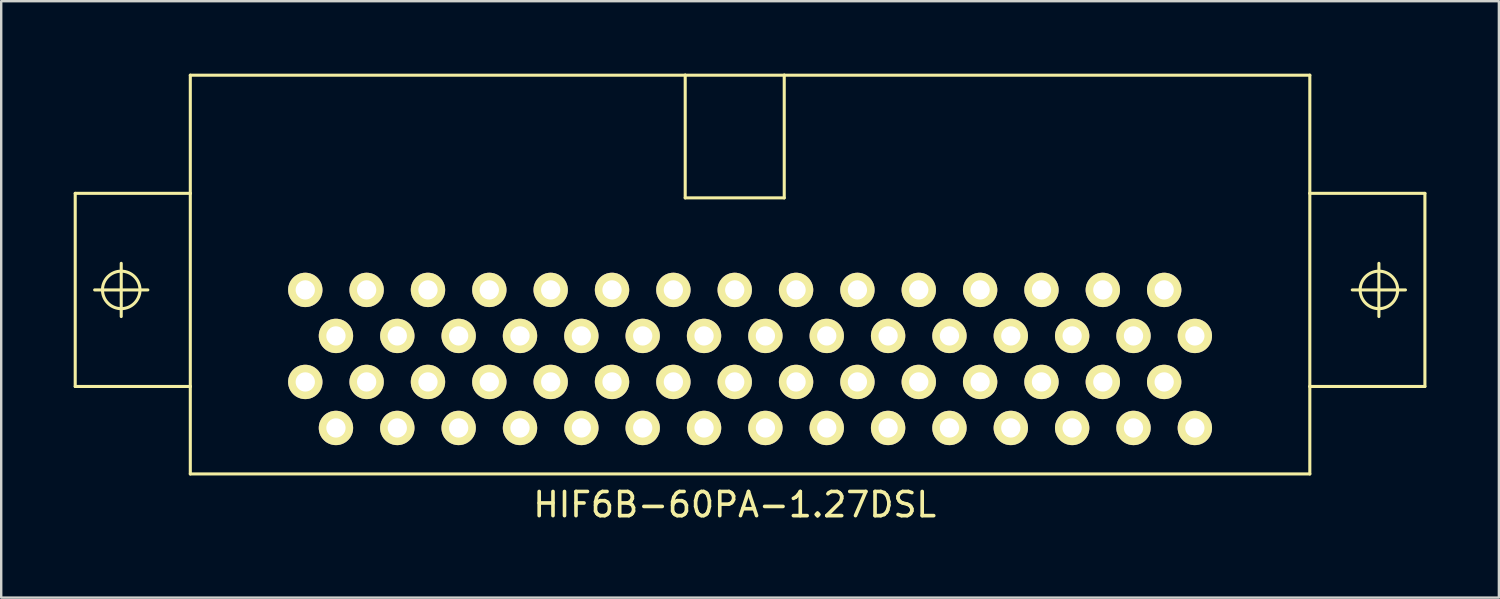
<source format=kicad_pcb>
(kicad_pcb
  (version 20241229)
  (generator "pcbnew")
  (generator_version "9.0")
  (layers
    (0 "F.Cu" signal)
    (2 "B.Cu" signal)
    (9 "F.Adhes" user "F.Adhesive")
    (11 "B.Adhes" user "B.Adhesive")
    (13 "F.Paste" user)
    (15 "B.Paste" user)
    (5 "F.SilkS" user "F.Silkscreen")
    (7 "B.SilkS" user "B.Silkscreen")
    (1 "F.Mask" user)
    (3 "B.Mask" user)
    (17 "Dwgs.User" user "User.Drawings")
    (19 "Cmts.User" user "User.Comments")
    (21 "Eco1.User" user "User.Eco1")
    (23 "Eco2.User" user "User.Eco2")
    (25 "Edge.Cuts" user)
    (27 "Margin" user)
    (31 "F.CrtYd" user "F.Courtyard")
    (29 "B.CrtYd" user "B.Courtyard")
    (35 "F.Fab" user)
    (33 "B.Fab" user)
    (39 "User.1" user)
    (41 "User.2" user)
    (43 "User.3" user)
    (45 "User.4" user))
  (footprint "HIF6B-60PA-1.27DSL"
    (layer "F.Cu")
    (at 27.369 11.493)
    (property "Reference" "HIF6B-60PA-1.27DSL" (at 0 6.35 0) (layer "F.SilkS") (effects (font (size 1 1) (thickness 0.15))))
    (attr exclude_from_pos_files exclude_from_bom)
    (fp_line (start -27.305 -6.538) (end -22.54 -6.538) (stroke (width 0.127) (type solid)) (layer "F.SilkS"))
    (fp_line (start -27.305 1.458) (end -27.305 -6.538) (stroke (width 0.127) (type solid)) (layer "F.SilkS"))
    (fp_line (start -26.5 -2.54) (end -24.298 -2.54) (stroke (width 0.127) (type solid)) (layer "F.SilkS"))
    (fp_line (start -25.4 -1.438) (end -25.4 -3.64) (stroke (width 0.127) (type solid)) (layer "F.SilkS"))
    (fp_line (start -22.54 -11.43) (end -22.54 -6.538) (stroke (width 0.127) (type solid)) (layer "F.SilkS"))
    (fp_line (start -22.54 -6.538) (end -22.54 1.458) (stroke (width 0.127) (type solid)) (layer "F.SilkS"))
    (fp_line (start -22.54 1.458) (end -27.305 1.458) (stroke (width 0.127) (type solid)) (layer "F.SilkS"))
    (fp_line (start -22.54 1.458) (end -22.54 5.08) (stroke (width 0.127) (type solid)) (layer "F.SilkS"))
    (fp_line (start -22.54 5.08) (end 23.81 5.08) (stroke (width 0.127) (type solid)) (layer "F.SilkS"))
    (fp_line (start -2.05 -11.43) (end -22.54 -11.43) (stroke (width 0.127) (type solid)) (layer "F.SilkS"))
    (fp_line (start -2.05 -11.43) (end -2.05 -6.35) (stroke (width 0.127) (type solid)) (layer "F.SilkS"))
    (fp_line (start -2.05 -6.35) (end 2.05 -6.35) (stroke (width 0.127) (type solid)) (layer "F.SilkS"))
    (fp_line (start 2.05 -11.43) (end -2.05 -11.43) (stroke (width 0.127) (type solid)) (layer "F.SilkS"))
    (fp_line (start 2.05 -6.35) (end 2.05 -11.43) (stroke (width 0.127) (type solid)) (layer "F.SilkS"))
    (fp_line (start 23.81 -11.43) (end 2.05 -11.43) (stroke (width 0.127) (type solid)) (layer "F.SilkS"))
    (fp_line (start 23.81 -6.538) (end 23.81 -11.43) (stroke (width 0.127) (type solid)) (layer "F.SilkS"))
    (fp_line (start 23.81 -6.538) (end 28.575 -6.538) (stroke (width 0.127) (type solid)) (layer "F.SilkS"))
    (fp_line (start 23.81 1.458) (end 23.81 -6.538) (stroke (width 0.127) (type solid)) (layer "F.SilkS"))
    (fp_line (start 23.81 5.08) (end 23.81 1.458) (stroke (width 0.127) (type solid)) (layer "F.SilkS"))
    (fp_line (start 25.568 -2.54) (end 27.77 -2.54) (stroke (width 0.127) (type solid)) (layer "F.SilkS"))
    (fp_line (start 26.67 -1.438) (end 26.67 -3.64) (stroke (width 0.127) (type solid)) (layer "F.SilkS"))
    (fp_line (start 28.575 -6.538) (end 28.575 1.458) (stroke (width 0.127) (type solid)) (layer "F.SilkS"))
    (fp_line (start 28.575 1.458) (end 23.81 1.458) (stroke (width 0.127) (type solid)) (layer "F.SilkS"))
    (fp_circle (center -25.4 -2.54) (end -25.949 -3.089) (stroke (width 0.127) (type solid)) (fill no) (layer "F.SilkS"))
    (fp_circle (center 26.67 -2.54) (end 27.219 -3.089) (stroke (width 0.127) (type solid)) (fill no) (layer "F.SilkS"))
    (pad "1" thru_hole circle (at 19.05 3.175) (size 1.422 1.422) (drill 0.798) (layers "*.Cu" "F.Mask" "F.SilkS" "F.Paste"))
    (pad "2" thru_hole circle (at 17.78 1.27) (size 1.422 1.422) (drill 0.798) (layers "*.Cu" "F.Mask" "F.SilkS" "F.Paste"))
    (pad "3" thru_hole circle (at 16.51 3.175) (size 1.422 1.422) (drill 0.798) (layers "*.Cu" "F.Mask" "F.SilkS" "F.Paste"))
    (pad "4" thru_hole circle (at 15.24 1.27) (size 1.422 1.422) (drill 0.798) (layers "*.Cu" "F.Mask" "F.SilkS" "F.Paste"))
    (pad "5" thru_hole circle (at 13.97 3.175) (size 1.422 1.422) (drill 0.798) (layers "*.Cu" "F.Mask" "F.SilkS" "F.Paste"))
    (pad "6" thru_hole circle (at 12.7 1.27) (size 1.422 1.422) (drill 0.798) (layers "*.Cu" "F.Mask" "F.SilkS" "F.Paste"))
    (pad "7" thru_hole circle (at 11.43 3.175) (size 1.422 1.422) (drill 0.798) (layers "*.Cu" "F.Mask" "F.SilkS" "F.Paste"))
    (pad "8" thru_hole circle (at 10.16 1.27) (size 1.422 1.422) (drill 0.798) (layers "*.Cu" "F.Mask" "F.SilkS" "F.Paste"))
    (pad "9" thru_hole circle (at 8.89 3.175) (size 1.422 1.422) (drill 0.798) (layers "*.Cu" "F.Mask" "F.SilkS" "F.Paste"))
    (pad "10" thru_hole circle (at 7.62 1.27) (size 1.422 1.422) (drill 0.798) (layers "*.Cu" "F.Mask" "F.SilkS" "F.Paste"))
    (pad "11" thru_hole circle (at 6.35 3.175) (size 1.422 1.422) (drill 0.798) (layers "*.Cu" "F.Mask" "F.SilkS" "F.Paste"))
    (pad "12" thru_hole circle (at 5.08 1.27) (size 1.422 1.422) (drill 0.798) (layers "*.Cu" "F.Mask" "F.SilkS" "F.Paste"))
    (pad "13" thru_hole circle (at 3.81 3.175) (size 1.422 1.422) (drill 0.798) (layers "*.Cu" "F.Mask" "F.SilkS" "F.Paste"))
    (pad "14" thru_hole circle (at 2.54 1.27) (size 1.422 1.422) (drill 0.798) (layers "*.Cu" "F.Mask" "F.SilkS" "F.Paste"))
    (pad "15" thru_hole circle (at 1.27 3.175) (size 1.422 1.422) (drill 0.798) (layers "*.Cu" "F.Mask" "F.SilkS" "F.Paste"))
    (pad "16" thru_hole circle (at 0 1.27) (size 1.422 1.422) (drill 0.798) (layers "*.Cu" "F.Mask" "F.SilkS" "F.Paste"))
    (pad "17" thru_hole circle (at -1.27 3.175) (size 1.422 1.422) (drill 0.798) (layers "*.Cu" "F.Mask" "F.SilkS" "F.Paste"))
    (pad "18" thru_hole circle (at -2.54 1.27) (size 1.422 1.422) (drill 0.798) (layers "*.Cu" "F.Mask" "F.SilkS" "F.Paste"))
    (pad "19" thru_hole circle (at -3.81 3.175) (size 1.422 1.422) (drill 0.798) (layers "*.Cu" "F.Mask" "F.SilkS" "F.Paste"))
    (pad "20" thru_hole circle (at -5.08 1.27) (size 1.422 1.422) (drill 0.798) (layers "*.Cu" "F.Mask" "F.SilkS" "F.Paste"))
    (pad "21" thru_hole circle (at -6.35 3.175) (size 1.422 1.422) (drill 0.798) (layers "*.Cu" "F.Mask" "F.SilkS" "F.Paste"))
    (pad "22" thru_hole circle (at -7.62 1.27) (size 1.422 1.422) (drill 0.798) (layers "*.Cu" "F.Mask" "F.SilkS" "F.Paste"))
    (pad "23" thru_hole circle (at -8.89 3.175) (size 1.422 1.422) (drill 0.798) (layers "*.Cu" "F.Mask" "F.SilkS" "F.Paste"))
    (pad "24" thru_hole circle (at -10.16 1.27) (size 1.422 1.422) (drill 0.798) (layers "*.Cu" "F.Mask" "F.SilkS" "F.Paste"))
    (pad "25" thru_hole circle (at -11.43 3.175) (size 1.422 1.422) (drill 0.798) (layers "*.Cu" "F.Mask" "F.SilkS" "F.Paste"))
    (pad "26" thru_hole circle (at -12.7 1.27) (size 1.422 1.422) (drill 0.798) (layers "*.Cu" "F.Mask" "F.SilkS" "F.Paste"))
    (pad "27" thru_hole circle (at -13.97 3.175) (size 1.422 1.422) (drill 0.798) (layers "*.Cu" "F.Mask" "F.SilkS" "F.Paste"))
    (pad "28" thru_hole circle (at -15.24 1.27) (size 1.422 1.422) (drill 0.798) (layers "*.Cu" "F.Mask" "F.SilkS" "F.Paste"))
    (pad "29" thru_hole circle (at -16.51 3.175) (size 1.422 1.422) (drill 0.798) (layers "*.Cu" "F.Mask" "F.SilkS" "F.Paste"))
    (pad "30" thru_hole circle (at -17.78 1.27) (size 1.422 1.422) (drill 0.798) (layers "*.Cu" "F.Mask" "F.SilkS" "F.Paste"))
    (pad "31" thru_hole circle (at 19.05 -0.635) (size 1.422 1.422) (drill 0.798) (layers "*.Cu" "F.Mask" "F.SilkS" "F.Paste"))
    (pad "32" thru_hole circle (at 17.78 -2.54) (size 1.422 1.422) (drill 0.798) (layers "*.Cu" "F.Mask" "F.SilkS" "F.Paste"))
    (pad "33" thru_hole circle (at 16.51 -0.635) (size 1.422 1.422) (drill 0.798) (layers "*.Cu" "F.Mask" "F.SilkS" "F.Paste"))
    (pad "34" thru_hole circle (at 15.24 -2.54) (size 1.422 1.422) (drill 0.798) (layers "*.Cu" "F.Mask" "F.SilkS" "F.Paste"))
    (pad "35" thru_hole circle (at 13.97 -0.635) (size 1.422 1.422) (drill 0.798) (layers "*.Cu" "F.Mask" "F.SilkS" "F.Paste"))
    (pad "36" thru_hole circle (at 12.7 -2.54) (size 1.422 1.422) (drill 0.798) (layers "*.Cu" "F.Mask" "F.SilkS" "F.Paste"))
    (pad "37" thru_hole circle (at 11.43 -0.635) (size 1.422 1.422) (drill 0.798) (layers "*.Cu" "F.Mask" "F.SilkS" "F.Paste"))
    (pad "38" thru_hole circle (at 10.16 -2.54) (size 1.422 1.422) (drill 0.798) (layers "*.Cu" "F.Mask" "F.SilkS" "F.Paste"))
    (pad "39" thru_hole circle (at 8.89 -0.635) (size 1.422 1.422) (drill 0.798) (layers "*.Cu" "F.Mask" "F.SilkS" "F.Paste"))
    (pad "40" thru_hole circle (at 7.62 -2.54) (size 1.422 1.422) (drill 0.798) (layers "*.Cu" "F.Mask" "F.SilkS" "F.Paste"))
    (pad "41" thru_hole circle (at 6.35 -0.635) (size 1.422 1.422) (drill 0.798) (layers "*.Cu" "F.Mask" "F.SilkS" "F.Paste"))
    (pad "42" thru_hole circle (at 5.08 -2.54) (size 1.422 1.422) (drill 0.798) (layers "*.Cu" "F.Mask" "F.SilkS" "F.Paste"))
    (pad "43" thru_hole circle (at 3.81 -0.635) (size 1.422 1.422) (drill 0.798) (layers "*.Cu" "F.Mask" "F.SilkS" "F.Paste"))
    (pad "44" thru_hole circle (at 2.54 -2.54) (size 1.422 1.422) (drill 0.798) (layers "*.Cu" "F.Mask" "F.SilkS" "F.Paste"))
    (pad "45" thru_hole circle (at 1.27 -0.635) (size 1.422 1.422) (drill 0.798) (layers "*.Cu" "F.Mask" "F.SilkS" "F.Paste"))
    (pad "46" thru_hole circle (at 0 -2.54) (size 1.422 1.422) (drill 0.798) (layers "*.Cu" "F.Mask" "F.SilkS" "F.Paste"))
    (pad "47" thru_hole circle (at -1.27 -0.635) (size 1.422 1.422) (drill 0.798) (layers "*.Cu" "F.Mask" "F.SilkS" "F.Paste"))
    (pad "48" thru_hole circle (at -2.54 -2.54) (size 1.422 1.422) (drill 0.798) (layers "*.Cu" "F.Mask" "F.SilkS" "F.Paste"))
    (pad "49" thru_hole circle (at -3.81 -0.635) (size 1.422 1.422) (drill 0.798) (layers "*.Cu" "F.Mask" "F.SilkS" "F.Paste"))
    (pad "50" thru_hole circle (at -5.08 -2.54) (size 1.422 1.422) (drill 0.798) (layers "*.Cu" "F.Mask" "F.SilkS" "F.Paste"))
    (pad "51" thru_hole circle (at -6.35 -0.635) (size 1.422 1.422) (drill 0.798) (layers "*.Cu" "F.Mask" "F.SilkS" "F.Paste"))
    (pad "52" thru_hole circle (at -7.62 -2.54) (size 1.422 1.422) (drill 0.798) (layers "*.Cu" "F.Mask" "F.SilkS" "F.Paste"))
    (pad "53" thru_hole circle (at -8.89 -0.635) (size 1.422 1.422) (drill 0.798) (layers "*.Cu" "F.Mask" "F.SilkS" "F.Paste"))
    (pad "54" thru_hole circle (at -10.16 -2.54) (size 1.422 1.422) (drill 0.798) (layers "*.Cu" "F.Mask" "F.SilkS" "F.Paste"))
    (pad "55" thru_hole circle (at -11.43 -0.635) (size 1.422 1.422) (drill 0.798) (layers "*.Cu" "F.Mask" "F.SilkS" "F.Paste"))
    (pad "56" thru_hole circle (at -12.7 -2.54) (size 1.422 1.422) (drill 0.798) (layers "*.Cu" "F.Mask" "F.SilkS" "F.Paste"))
    (pad "57" thru_hole circle (at -13.97 -0.635) (size 1.422 1.422) (drill 0.798) (layers "*.Cu" "F.Mask" "F.SilkS" "F.Paste"))
    (pad "58" thru_hole circle (at -15.24 -2.54) (size 1.422 1.422) (drill 0.798) (layers "*.Cu" "F.Mask" "F.SilkS" "F.Paste"))
    (pad "59" thru_hole circle (at -16.51 -0.635) (size 1.422 1.422) (drill 0.798) (layers "*.Cu" "F.Mask" "F.SilkS" "F.Paste"))
    (pad "60" thru_hole circle (at -17.78 -2.54) (size 1.422 1.422) (drill 0.798) (layers "*.Cu" "F.Mask" "F.SilkS" "F.Paste")))
  (gr_rect
    (start -3 -3)
    (end 59.007 21.692)
    (stroke (width 0.1) (type default))
    (fill no)
    (layer "Edge.Cuts")))
</source>
